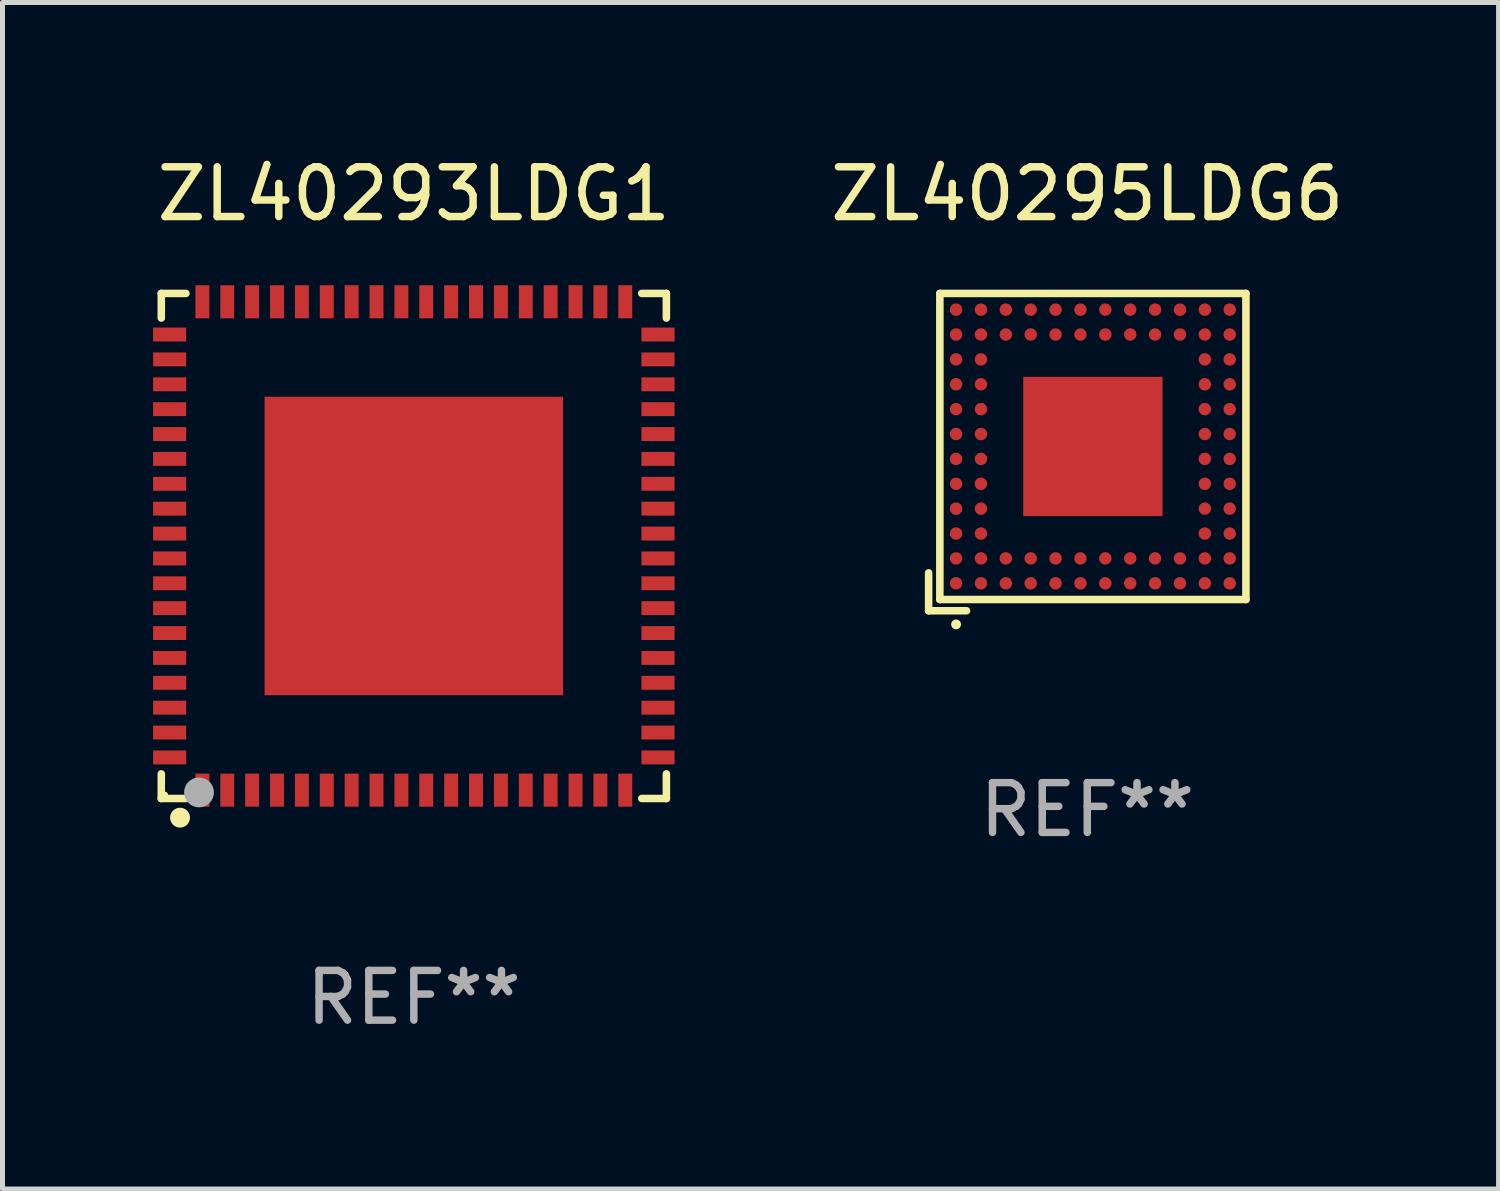
<source format=kicad_pcb>
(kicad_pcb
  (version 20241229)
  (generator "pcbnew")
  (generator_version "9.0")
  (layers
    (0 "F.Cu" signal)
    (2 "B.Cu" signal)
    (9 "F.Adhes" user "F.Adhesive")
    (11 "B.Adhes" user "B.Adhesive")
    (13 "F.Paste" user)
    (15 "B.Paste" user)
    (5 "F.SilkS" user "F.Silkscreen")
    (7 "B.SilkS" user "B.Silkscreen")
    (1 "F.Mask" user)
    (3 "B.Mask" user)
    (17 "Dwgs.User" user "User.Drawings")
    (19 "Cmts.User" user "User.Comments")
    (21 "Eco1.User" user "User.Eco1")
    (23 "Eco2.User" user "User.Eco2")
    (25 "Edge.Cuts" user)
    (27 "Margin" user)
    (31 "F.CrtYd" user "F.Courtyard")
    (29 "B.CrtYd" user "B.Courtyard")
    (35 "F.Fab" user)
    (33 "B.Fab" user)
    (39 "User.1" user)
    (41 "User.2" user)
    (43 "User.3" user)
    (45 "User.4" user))
  (footprint "ZL40293LDG1"
    (layer "F.Cu")
    (at 5.268 7.924)
    (property "Reference" "ZL40293LDG1" (at 0 -7.076 0) (layer "F.SilkS") (effects (font (size 1 1) (thickness 0.15))))
    (attr through_hole)
    (fp_line (start -5.076 -5.076) (end -4.581 -5.076) (stroke (width 0.152) (type solid)) (layer "F.SilkS"))
    (fp_line (start -5.076 -4.581) (end -5.076 -5.076) (stroke (width 0.152) (type solid)) (layer "F.SilkS"))
    (fp_line (start -5.076 4.581) (end -5.076 5.076) (stroke (width 0.152) (type solid)) (layer "F.SilkS"))
    (fp_line (start -5.076 5.076) (end -4.581 5.076) (stroke (width 0.152) (type solid)) (layer "F.SilkS"))
    (fp_line (start 5.076 -5.076) (end 4.581 -5.076) (stroke (width 0.152) (type solid)) (layer "F.SilkS"))
    (fp_line (start 5.076 -4.581) (end 5.076 -5.076) (stroke (width 0.152) (type solid)) (layer "F.SilkS"))
    (fp_line (start 5.076 4.581) (end 5.076 5.076) (stroke (width 0.152) (type solid)) (layer "F.SilkS"))
    (fp_line (start 5.076 5.076) (end 4.581 5.076) (stroke (width 0.152) (type solid)) (layer "F.SilkS"))
    (fp_circle (center -5 5) (end -4.97 5) (stroke (width 0.06) (type solid)) (fill no) (layer "F.SilkS"))
    (fp_circle (center -4.699 5.461) (end -4.599 5.461) (stroke (width 0.2) (type solid)) (fill no) (layer "F.SilkS"))
    (fp_circle (center -4.318 4.953) (end -4.168 4.953) (stroke (width 0.3) (type solid)) (fill no) (layer "F.Fab"))
    (fp_text user "REF**" (at 0 9.076 0) (layer "F.Fab") (effects (font (size 1 1) (thickness 0.15))))
    (pad "1" smd rect (at -4.25 4.908) (size 0.28 0.665) (layers "F.Cu" "F.Mask" "F.Paste"))
    (pad "2" smd rect (at -3.75 4.908) (size 0.28 0.665) (layers "F.Cu" "F.Mask" "F.Paste"))
    (pad "3" smd rect (at -3.25 4.908) (size 0.28 0.665) (layers "F.Cu" "F.Mask" "F.Paste"))
    (pad "4" smd rect (at -2.75 4.908) (size 0.28 0.665) (layers "F.Cu" "F.Mask" "F.Paste"))
    (pad "5" smd rect (at -2.25 4.908) (size 0.28 0.665) (layers "F.Cu" "F.Mask" "F.Paste"))
    (pad "6" smd rect (at -1.75 4.908) (size 0.28 0.665) (layers "F.Cu" "F.Mask" "F.Paste"))
    (pad "7" smd rect (at -1.25 4.908) (size 0.28 0.665) (layers "F.Cu" "F.Mask" "F.Paste"))
    (pad "8" smd rect (at -0.75 4.908) (size 0.28 0.665) (layers "F.Cu" "F.Mask" "F.Paste"))
    (pad "9" smd rect (at -0.25 4.908) (size 0.28 0.665) (layers "F.Cu" "F.Mask" "F.Paste"))
    (pad "10" smd rect (at 0.25 4.908) (size 0.28 0.665) (layers "F.Cu" "F.Mask" "F.Paste"))
    (pad "11" smd rect (at 0.75 4.908) (size 0.28 0.665) (layers "F.Cu" "F.Mask" "F.Paste"))
    (pad "12" smd rect (at 1.25 4.908) (size 0.28 0.665) (layers "F.Cu" "F.Mask" "F.Paste"))
    (pad "13" smd rect (at 1.75 4.908) (size 0.28 0.665) (layers "F.Cu" "F.Mask" "F.Paste"))
    (pad "14" smd rect (at 2.25 4.908) (size 0.28 0.665) (layers "F.Cu" "F.Mask" "F.Paste"))
    (pad "15" smd rect (at 2.75 4.908) (size 0.28 0.665) (layers "F.Cu" "F.Mask" "F.Paste"))
    (pad "16" smd rect (at 3.25 4.908) (size 0.28 0.665) (layers "F.Cu" "F.Mask" "F.Paste"))
    (pad "17" smd rect (at 3.75 4.908) (size 0.28 0.665) (layers "F.Cu" "F.Mask" "F.Paste"))
    (pad "18" smd rect (at 4.25 4.908) (size 0.28 0.665) (layers "F.Cu" "F.Mask" "F.Paste"))
    (pad "19" smd rect (at 4.908 4.25) (size 0.665 0.28) (layers "F.Cu" "F.Mask" "F.Paste"))
    (pad "20" smd rect (at 4.908 3.75) (size 0.665 0.28) (layers "F.Cu" "F.Mask" "F.Paste"))
    (pad "21" smd rect (at 4.908 3.25) (size 0.665 0.28) (layers "F.Cu" "F.Mask" "F.Paste"))
    (pad "22" smd rect (at 4.908 2.75) (size 0.665 0.28) (layers "F.Cu" "F.Mask" "F.Paste"))
    (pad "23" smd rect (at 4.908 2.25) (size 0.665 0.28) (layers "F.Cu" "F.Mask" "F.Paste"))
    (pad "24" smd rect (at 4.908 1.75) (size 0.665 0.28) (layers "F.Cu" "F.Mask" "F.Paste"))
    (pad "25" smd rect (at 4.908 1.25) (size 0.665 0.28) (layers "F.Cu" "F.Mask" "F.Paste"))
    (pad "26" smd rect (at 4.908 0.75) (size 0.665 0.28) (layers "F.Cu" "F.Mask" "F.Paste"))
    (pad "27" smd rect (at 4.908 0.25) (size 0.665 0.28) (layers "F.Cu" "F.Mask" "F.Paste"))
    (pad "28" smd rect (at 4.908 -0.25) (size 0.665 0.28) (layers "F.Cu" "F.Mask" "F.Paste"))
    (pad "29" smd rect (at 4.908 -0.75) (size 0.665 0.28) (layers "F.Cu" "F.Mask" "F.Paste"))
    (pad "30" smd rect (at 4.908 -1.25) (size 0.665 0.28) (layers "F.Cu" "F.Mask" "F.Paste"))
    (pad "31" smd rect (at 4.908 -1.75) (size 0.665 0.28) (layers "F.Cu" "F.Mask" "F.Paste"))
    (pad "32" smd rect (at 4.908 -2.25) (size 0.665 0.28) (layers "F.Cu" "F.Mask" "F.Paste"))
    (pad "33" smd rect (at 4.908 -2.75) (size 0.665 0.28) (layers "F.Cu" "F.Mask" "F.Paste"))
    (pad "34" smd rect (at 4.908 -3.25) (size 0.665 0.28) (layers "F.Cu" "F.Mask" "F.Paste"))
    (pad "35" smd rect (at 4.908 -3.75) (size 0.665 0.28) (layers "F.Cu" "F.Mask" "F.Paste"))
    (pad "36" smd rect (at 4.908 -4.25) (size 0.665 0.28) (layers "F.Cu" "F.Mask" "F.Paste"))
    (pad "37" smd rect (at 4.25 -4.908) (size 0.28 0.665) (layers "F.Cu" "F.Mask" "F.Paste"))
    (pad "38" smd rect (at 3.75 -4.908) (size 0.28 0.665) (layers "F.Cu" "F.Mask" "F.Paste"))
    (pad "39" smd rect (at 3.25 -4.908) (size 0.28 0.665) (layers "F.Cu" "F.Mask" "F.Paste"))
    (pad "40" smd rect (at 2.75 -4.908) (size 0.28 0.665) (layers "F.Cu" "F.Mask" "F.Paste"))
    (pad "41" smd rect (at 2.25 -4.908) (size 0.28 0.665) (layers "F.Cu" "F.Mask" "F.Paste"))
    (pad "42" smd rect (at 1.75 -4.908) (size 0.28 0.665) (layers "F.Cu" "F.Mask" "F.Paste"))
    (pad "43" smd rect (at 1.25 -4.908) (size 0.28 0.665) (layers "F.Cu" "F.Mask" "F.Paste"))
    (pad "44" smd rect (at 0.75 -4.908) (size 0.28 0.665) (layers "F.Cu" "F.Mask" "F.Paste"))
    (pad "45" smd rect (at 0.25 -4.908) (size 0.28 0.665) (layers "F.Cu" "F.Mask" "F.Paste"))
    (pad "46" smd rect (at -0.25 -4.908) (size 0.28 0.665) (layers "F.Cu" "F.Mask" "F.Paste"))
    (pad "47" smd rect (at -0.75 -4.908) (size 0.28 0.665) (layers "F.Cu" "F.Mask" "F.Paste"))
    (pad "48" smd rect (at -1.25 -4.908) (size 0.28 0.665) (layers "F.Cu" "F.Mask" "F.Paste"))
    (pad "49" smd rect (at -1.75 -4.908) (size 0.28 0.665) (layers "F.Cu" "F.Mask" "F.Paste"))
    (pad "50" smd rect (at -2.25 -4.908) (size 0.28 0.665) (layers "F.Cu" "F.Mask" "F.Paste"))
    (pad "51" smd rect (at -2.75 -4.908) (size 0.28 0.665) (layers "F.Cu" "F.Mask" "F.Paste"))
    (pad "52" smd rect (at -3.25 -4.908) (size 0.28 0.665) (layers "F.Cu" "F.Mask" "F.Paste"))
    (pad "53" smd rect (at -3.75 -4.908) (size 0.28 0.665) (layers "F.Cu" "F.Mask" "F.Paste"))
    (pad "54" smd rect (at -4.25 -4.908) (size 0.28 0.665) (layers "F.Cu" "F.Mask" "F.Paste"))
    (pad "55" smd rect (at -4.908 -4.25) (size 0.665 0.28) (layers "F.Cu" "F.Mask" "F.Paste"))
    (pad "56" smd rect (at -4.908 -3.75) (size 0.665 0.28) (layers "F.Cu" "F.Mask" "F.Paste"))
    (pad "57" smd rect (at -4.908 -3.25) (size 0.665 0.28) (layers "F.Cu" "F.Mask" "F.Paste"))
    (pad "58" smd rect (at -4.908 -2.75) (size 0.665 0.28) (layers "F.Cu" "F.Mask" "F.Paste"))
    (pad "59" smd rect (at -4.908 -2.25) (size 0.665 0.28) (layers "F.Cu" "F.Mask" "F.Paste"))
    (pad "60" smd rect (at -4.908 -1.75) (size 0.665 0.28) (layers "F.Cu" "F.Mask" "F.Paste"))
    (pad "61" smd rect (at -4.908 -1.25) (size 0.665 0.28) (layers "F.Cu" "F.Mask" "F.Paste"))
    (pad "62" smd rect (at -4.908 -0.75) (size 0.665 0.28) (layers "F.Cu" "F.Mask" "F.Paste"))
    (pad "63" smd rect (at -4.908 -0.25) (size 0.665 0.28) (layers "F.Cu" "F.Mask" "F.Paste"))
    (pad "64" smd rect (at -4.908 0.25) (size 0.665 0.28) (layers "F.Cu" "F.Mask" "F.Paste"))
    (pad "65" smd rect (at -4.908 0.75) (size 0.665 0.28) (layers "F.Cu" "F.Mask" "F.Paste"))
    (pad "66" smd rect (at -4.908 1.25) (size 0.665 0.28) (layers "F.Cu" "F.Mask" "F.Paste"))
    (pad "67" smd rect (at -4.908 1.75) (size 0.665 0.28) (layers "F.Cu" "F.Mask" "F.Paste"))
    (pad "68" smd rect (at -4.908 2.25) (size 0.665 0.28) (layers "F.Cu" "F.Mask" "F.Paste"))
    (pad "69" smd rect (at -4.908 2.75) (size 0.665 0.28) (layers "F.Cu" "F.Mask" "F.Paste"))
    (pad "70" smd rect (at -4.908 3.25) (size 0.665 0.28) (layers "F.Cu" "F.Mask" "F.Paste"))
    (pad "71" smd rect (at -4.908 3.75) (size 0.665 0.28) (layers "F.Cu" "F.Mask" "F.Paste"))
    (pad "72" smd rect (at -4.908 4.25) (size 0.665 0.28) (layers "F.Cu" "F.Mask" "F.Paste"))
    (pad "73" smd rect (at 0 0) (size 6 6) (layers "F.Cu" "F.Mask" "F.Paste")))
  (footprint "ZL40295LDG6"
    (layer "F.Cu")
    (at 18.804 6.037)
    (property "Reference" "ZL40295LDG6" (at 0 -5.189 0) (layer "F.SilkS") (effects (font (size 1 1) (thickness 0.15))))
    (attr through_hole)
    (fp_line (start -3.189 2.427) (end -3.189 3.189) (stroke (width 0.152) (type solid)) (layer "F.SilkS"))
    (fp_line (start -3.189 3.189) (end -2.427 3.189) (stroke (width 0.152) (type solid)) (layer "F.SilkS"))
    (fp_line (start -2.963 -3.189) (end 3.189 -3.189) (stroke (width 0.152) (type solid)) (layer "F.SilkS"))
    (fp_line (start -2.963 2.963) (end -2.963 -3.189) (stroke (width 0.152) (type solid)) (layer "F.SilkS"))
    (fp_line (start 3.189 -3.189) (end 3.189 2.963) (stroke (width 0.152) (type solid)) (layer "F.SilkS"))
    (fp_line (start 3.189 2.963) (end -2.963 2.963) (stroke (width 0.152) (type solid)) (layer "F.SilkS"))
    (fp_circle (center -2.637 3.463) (end -2.587 3.463) (stroke (width 0.1) (type solid)) (fill no) (layer "F.SilkS"))
    (fp_text user "REF**" (at 0 7.189 0) (layer "F.Fab") (effects (font (size 1 1) (thickness 0.15))))
    (pad "81" smd rect (at 0.113 -0.113) (size 2.8 2.8) (layers "F.Cu" "F.Mask" "F.Paste"))
    (pad "A1" smd circle (at -2.637 2.637) (size 0.25 0.25) (layers "F.Cu" "F.Mask" "F.Paste"))
    (pad "A2" smd circle (at -2.637 2.137) (size 0.25 0.25) (layers "F.Cu" "F.Mask" "F.Paste"))
    (pad "A3" smd circle (at -2.637 1.637) (size 0.25 0.25) (layers "F.Cu" "F.Mask" "F.Paste"))
    (pad "A4" smd circle (at -2.637 1.137) (size 0.25 0.25) (layers "F.Cu" "F.Mask" "F.Paste"))
    (pad "A5" smd circle (at -2.637 0.637) (size 0.25 0.25) (layers "F.Cu" "F.Mask" "F.Paste"))
    (pad "A6" smd circle (at -2.637 0.137) (size 0.25 0.25) (layers "F.Cu" "F.Mask" "F.Paste"))
    (pad "A7" smd circle (at -2.637 -0.363) (size 0.25 0.25) (layers "F.Cu" "F.Mask" "F.Paste"))
    (pad "A8" smd circle (at -2.637 -0.863) (size 0.25 0.25) (layers "F.Cu" "F.Mask" "F.Paste"))
    (pad "A9" smd circle (at -2.637 -1.363) (size 0.25 0.25) (layers "F.Cu" "F.Mask" "F.Paste"))
    (pad "A10" smd circle (at -2.637 -1.863) (size 0.25 0.25) (layers "F.Cu" "F.Mask" "F.Paste"))
    (pad "A11" smd circle (at -2.637 -2.363) (size 0.25 0.25) (layers "F.Cu" "F.Mask" "F.Paste"))
    (pad "A12" smd circle (at -2.637 -2.863) (size 0.25 0.25) (layers "F.Cu" "F.Mask" "F.Paste"))
    (pad "B1" smd circle (at -2.137 2.637) (size 0.25 0.25) (layers "F.Cu" "F.Mask" "F.Paste"))
    (pad "B2" smd circle (at -2.137 2.137) (size 0.25 0.25) (layers "F.Cu" "F.Mask" "F.Paste"))
    (pad "B3" smd circle (at -2.137 1.637) (size 0.25 0.25) (layers "F.Cu" "F.Mask" "F.Paste"))
    (pad "B4" smd circle (at -2.137 1.137) (size 0.25 0.25) (layers "F.Cu" "F.Mask" "F.Paste"))
    (pad "B5" smd circle (at -2.137 0.637) (size 0.25 0.25) (layers "F.Cu" "F.Mask" "F.Paste"))
    (pad "B6" smd circle (at -2.137 0.137) (size 0.25 0.25) (layers "F.Cu" "F.Mask" "F.Paste"))
    (pad "B7" smd circle (at -2.137 -0.363) (size 0.25 0.25) (layers "F.Cu" "F.Mask" "F.Paste"))
    (pad "B8" smd circle (at -2.137 -0.863) (size 0.25 0.25) (layers "F.Cu" "F.Mask" "F.Paste"))
    (pad "B9" smd circle (at -2.137 -1.363) (size 0.25 0.25) (layers "F.Cu" "F.Mask" "F.Paste"))
    (pad "B10" smd circle (at -2.137 -1.863) (size 0.25 0.25) (layers "F.Cu" "F.Mask" "F.Paste"))
    (pad "B11" smd circle (at -2.137 -2.363) (size 0.25 0.25) (layers "F.Cu" "F.Mask" "F.Paste"))
    (pad "B12" smd circle (at -2.137 -2.863) (size 0.25 0.25) (layers "F.Cu" "F.Mask" "F.Paste"))
    (pad "C1" smd circle (at -1.637 2.637) (size 0.25 0.25) (layers "F.Cu" "F.Mask" "F.Paste"))
    (pad "C2" smd circle (at -1.637 2.137) (size 0.25 0.25) (layers "F.Cu" "F.Mask" "F.Paste"))
    (pad "C11" smd circle (at -1.637 -2.363) (size 0.25 0.25) (layers "F.Cu" "F.Mask" "F.Paste"))
    (pad "C12" smd circle (at -1.637 -2.863) (size 0.25 0.25) (layers "F.Cu" "F.Mask" "F.Paste"))
    (pad "D1" smd circle (at -1.137 2.637) (size 0.25 0.25) (layers "F.Cu" "F.Mask" "F.Paste"))
    (pad "D2" smd circle (at -1.137 2.137) (size 0.25 0.25) (layers "F.Cu" "F.Mask" "F.Paste"))
    (pad "D11" smd circle (at -1.137 -2.363) (size 0.25 0.25) (layers "F.Cu" "F.Mask" "F.Paste"))
    (pad "D12" smd circle (at -1.137 -2.863) (size 0.25 0.25) (layers "F.Cu" "F.Mask" "F.Paste"))
    (pad "E1" smd circle (at -0.637 2.637) (size 0.25 0.25) (layers "F.Cu" "F.Mask" "F.Paste"))
    (pad "E2" smd circle (at -0.637 2.137) (size 0.25 0.25) (layers "F.Cu" "F.Mask" "F.Paste"))
    (pad "E11" smd circle (at -0.637 -2.363) (size 0.25 0.25) (layers "F.Cu" "F.Mask" "F.Paste"))
    (pad "E12" smd circle (at -0.637 -2.863) (size 0.25 0.25) (layers "F.Cu" "F.Mask" "F.Paste"))
    (pad "F1" smd circle (at -0.137 2.637) (size 0.25 0.25) (layers "F.Cu" "F.Mask" "F.Paste"))
    (pad "F2" smd circle (at -0.137 2.137) (size 0.25 0.25) (layers "F.Cu" "F.Mask" "F.Paste"))
    (pad "F11" smd circle (at -0.137 -2.363) (size 0.25 0.25) (layers "F.Cu" "F.Mask" "F.Paste"))
    (pad "F12" smd circle (at -0.137 -2.863) (size 0.25 0.25) (layers "F.Cu" "F.Mask" "F.Paste"))
    (pad "G1" smd circle (at 0.363 2.637) (size 0.25 0.25) (layers "F.Cu" "F.Mask" "F.Paste"))
    (pad "G2" smd circle (at 0.363 2.137) (size 0.25 0.25) (layers "F.Cu" "F.Mask" "F.Paste"))
    (pad "G11" smd circle (at 0.363 -2.363) (size 0.25 0.25) (layers "F.Cu" "F.Mask" "F.Paste"))
    (pad "G12" smd circle (at 0.363 -2.863) (size 0.25 0.25) (layers "F.Cu" "F.Mask" "F.Paste"))
    (pad "H1" smd circle (at 0.863 2.637) (size 0.25 0.25) (layers "F.Cu" "F.Mask" "F.Paste"))
    (pad "H2" smd circle (at 0.863 2.137) (size 0.25 0.25) (layers "F.Cu" "F.Mask" "F.Paste"))
    (pad "H11" smd circle (at 0.863 -2.363) (size 0.25 0.25) (layers "F.Cu" "F.Mask" "F.Paste"))
    (pad "H12" smd circle (at 0.863 -2.863) (size 0.25 0.25) (layers "F.Cu" "F.Mask" "F.Paste"))
    (pad "J1" smd circle (at 1.363 2.637) (size 0.25 0.25) (layers "F.Cu" "F.Mask" "F.Paste"))
    (pad "J2" smd circle (at 1.363 2.137) (size 0.25 0.25) (layers "F.Cu" "F.Mask" "F.Paste"))
    (pad "J11" smd circle (at 1.363 -2.363) (size 0.25 0.25) (layers "F.Cu" "F.Mask" "F.Paste"))
    (pad "J12" smd circle (at 1.363 -2.863) (size 0.25 0.25) (layers "F.Cu" "F.Mask" "F.Paste"))
    (pad "K1" smd circle (at 1.863 2.637) (size 0.25 0.25) (layers "F.Cu" "F.Mask" "F.Paste"))
    (pad "K2" smd circle (at 1.863 2.137) (size 0.25 0.25) (layers "F.Cu" "F.Mask" "F.Paste"))
    (pad "K11" smd circle (at 1.863 -2.363) (size 0.25 0.25) (layers "F.Cu" "F.Mask" "F.Paste"))
    (pad "K12" smd circle (at 1.863 -2.863) (size 0.25 0.25) (layers "F.Cu" "F.Mask" "F.Paste"))
    (pad "L1" smd circle (at 2.363 2.637) (size 0.25 0.25) (layers "F.Cu" "F.Mask" "F.Paste"))
    (pad "L2" smd circle (at 2.363 2.137) (size 0.25 0.25) (layers "F.Cu" "F.Mask" "F.Paste"))
    (pad "L3" smd circle (at 2.363 1.637) (size 0.25 0.25) (layers "F.Cu" "F.Mask" "F.Paste"))
    (pad "L4" smd circle (at 2.363 1.137) (size 0.25 0.25) (layers "F.Cu" "F.Mask" "F.Paste"))
    (pad "L5" smd circle (at 2.363 0.637) (size 0.25 0.25) (layers "F.Cu" "F.Mask" "F.Paste"))
    (pad "L6" smd circle (at 2.363 0.137) (size 0.25 0.25) (layers "F.Cu" "F.Mask" "F.Paste"))
    (pad "L7" smd circle (at 2.363 -0.363) (size 0.25 0.25) (layers "F.Cu" "F.Mask" "F.Paste"))
    (pad "L8" smd circle (at 2.363 -0.863) (size 0.25 0.25) (layers "F.Cu" "F.Mask" "F.Paste"))
    (pad "L9" smd circle (at 2.363 -1.363) (size 0.25 0.25) (layers "F.Cu" "F.Mask" "F.Paste"))
    (pad "L10" smd circle (at 2.363 -1.863) (size 0.25 0.25) (layers "F.Cu" "F.Mask" "F.Paste"))
    (pad "L11" smd circle (at 2.363 -2.363) (size 0.25 0.25) (layers "F.Cu" "F.Mask" "F.Paste"))
    (pad "L12" smd circle (at 2.363 -2.863) (size 0.25 0.25) (layers "F.Cu" "F.Mask" "F.Paste"))
    (pad "M1" smd circle (at 2.863 2.637) (size 0.25 0.25) (layers "F.Cu" "F.Mask" "F.Paste"))
    (pad "M2" smd circle (at 2.863 2.137) (size 0.25 0.25) (layers "F.Cu" "F.Mask" "F.Paste"))
    (pad "M3" smd circle (at 2.863 1.637) (size 0.25 0.25) (layers "F.Cu" "F.Mask" "F.Paste"))
    (pad "M4" smd circle (at 2.863 1.137) (size 0.25 0.25) (layers "F.Cu" "F.Mask" "F.Paste"))
    (pad "M5" smd circle (at 2.863 0.637) (size 0.25 0.25) (layers "F.Cu" "F.Mask" "F.Paste"))
    (pad "M6" smd circle (at 2.863 0.137) (size 0.25 0.25) (layers "F.Cu" "F.Mask" "F.Paste"))
    (pad "M7" smd circle (at 2.863 -0.363) (size 0.25 0.25) (layers "F.Cu" "F.Mask" "F.Paste"))
    (pad "M8" smd circle (at 2.863 -0.863) (size 0.25 0.25) (layers "F.Cu" "F.Mask" "F.Paste"))
    (pad "M9" smd circle (at 2.863 -1.363) (size 0.25 0.25) (layers "F.Cu" "F.Mask" "F.Paste"))
    (pad "M10" smd circle (at 2.863 -1.863) (size 0.25 0.25) (layers "F.Cu" "F.Mask" "F.Paste"))
    (pad "M11" smd circle (at 2.863 -2.363) (size 0.25 0.25) (layers "F.Cu" "F.Mask" "F.Paste"))
    (pad "M12" smd circle (at 2.863 -2.863) (size 0.25 0.25) (layers "F.Cu" "F.Mask" "F.Paste")))
  (gr_rect
    (start -3 -3)
    (end 27.071 20.849)
    (stroke (width 0.1) (type default))
    (fill no)
    (layer "Edge.Cuts")))
</source>
